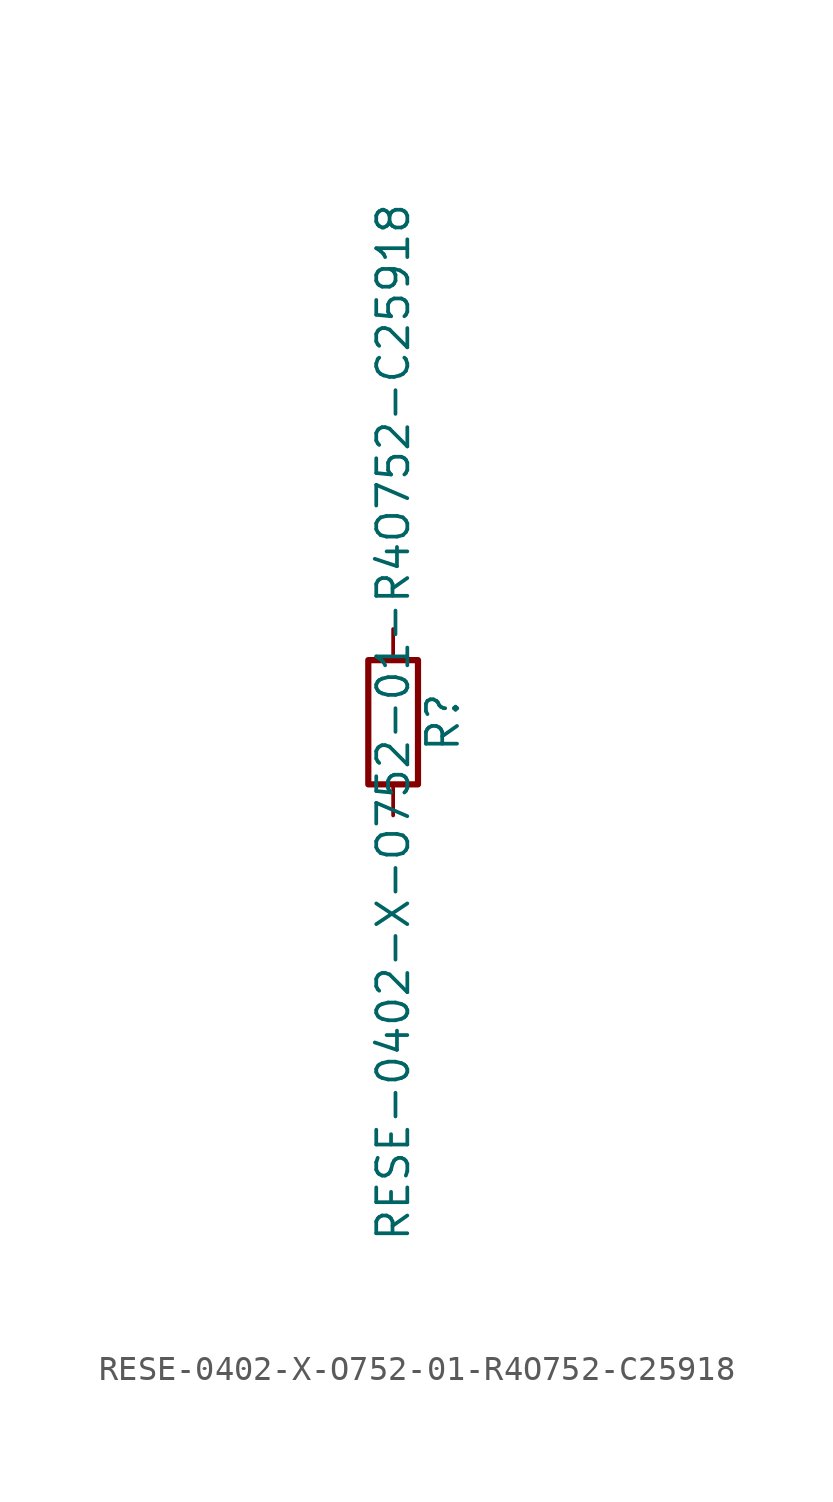
<source format=kicad_sym>
(kicad_symbol_lib
  (version 20211014)
  (generator kicad_symbol_editor)
  (symbol "RESE-0402-X-O752-01-R4O752-C25918"
    (pin_numbers hide)
    (pin_names
      (offset 0))
    (property "Reference" "R"
      (at 2.032 0 90)
      (effects (font (size 1.27 1.27))))
    (property "Value" "RESE-0402-X-O752-01-R4O752-C25918"
      (at 0 0 90)
      (effects (font (size 1.27 1.27))))
    (symbol "RESE-0402-X-O752-01-R4O752-C25918_0_1"
      (rectangle (start -1.016 -2.54) (end 1.016 2.54) (stroke (width 0.254) (type default) (color 0 0 0 0)) (fill (type none))))
    (symbol "RESE-0402-X-O752-01-R4O752-C25918_1_1"
      (pin passive line (at 0 3.81 270) (length 1.27) (name "~" (effects (font (size 1.27 1.27)))) (number "1" (effects (font (size 1.27 1.27)))))
      (pin passive line (at 0 -3.81 90) (length 1.27) (name "~" (effects (font (size 1.27 1.27)))) (number "2" (effects (font (size 1.27 1.27))))))))
</source>
